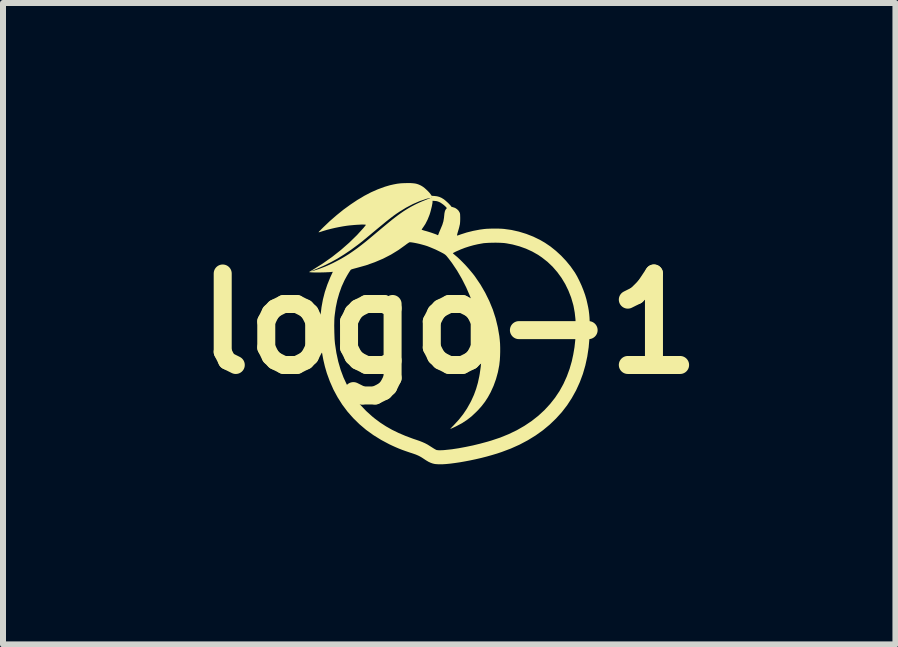
<source format=kicad_pcb>
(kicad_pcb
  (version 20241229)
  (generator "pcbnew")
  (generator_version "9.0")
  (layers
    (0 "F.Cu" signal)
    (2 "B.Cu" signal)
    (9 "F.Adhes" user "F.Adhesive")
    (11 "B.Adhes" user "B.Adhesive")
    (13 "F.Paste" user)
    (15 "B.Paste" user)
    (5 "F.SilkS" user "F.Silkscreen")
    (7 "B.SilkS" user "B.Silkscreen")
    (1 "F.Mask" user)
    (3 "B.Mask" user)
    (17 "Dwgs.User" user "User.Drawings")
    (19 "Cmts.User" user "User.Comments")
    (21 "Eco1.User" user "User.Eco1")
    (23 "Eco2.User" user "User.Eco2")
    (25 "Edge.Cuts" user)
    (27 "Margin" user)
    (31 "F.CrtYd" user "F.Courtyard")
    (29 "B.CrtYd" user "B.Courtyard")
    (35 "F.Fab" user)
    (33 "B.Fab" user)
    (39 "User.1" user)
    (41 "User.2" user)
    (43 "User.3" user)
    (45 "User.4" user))
  (footprint "logo-1"
    (layer "F.Cu")
    (at 4.434 2.341)
    (property "Reference" "logo-1" (at 0 0 0) (layer "F.SilkS") (effects (font (size 1.524 1.524) (thickness 0.3))))
    (attr board_only exclude_from_pos_files exclude_from_bom)
    (fp_poly (pts (xy -0.645 -2.341) (xy -0.604 -2.338) (xy -0.569 -2.334) (xy -0.538 -2.327) (xy -0.509 -2.317) (xy -0.478 -2.303) (xy -0.465 -2.296) (xy -0.439 -2.28) (xy -0.41 -2.258) (xy -0.38 -2.231) (xy -0.351 -2.203) (xy -0.326 -2.176) (xy -0.311 -2.156) (xy -0.292 -2.129) (xy -0.245 -2.126) (xy -0.204 -2.121) (xy -0.166 -2.111) (xy -0.129 -2.095) (xy -0.093 -2.073) (xy -0.077 -2.061) (xy -0.058 -2.045) (xy -0.037 -2.026) (xy -0.016 -2.007) (xy 0.003 -1.987) (xy 0.019 -1.97) (xy 0.03 -1.957) (xy 0.033 -1.95) (xy 0.038 -1.946) (xy 0.051 -1.942) (xy 0.062 -1.939) (xy 0.098 -1.927) (xy 0.13 -1.906) (xy 0.156 -1.88) (xy 0.174 -1.849) (xy 0.178 -1.838) (xy 0.181 -1.823) (xy 0.182 -1.798) (xy 0.183 -1.769) (xy 0.183 -1.737) (xy 0.182 -1.705) (xy 0.18 -1.676) (xy 0.178 -1.656) (xy 0.173 -1.635) (xy 0.167 -1.608) (xy 0.159 -1.578) (xy 0.153 -1.558) (xy 0.143 -1.525) (xy 0.136 -1.5) (xy 0.132 -1.483) (xy 0.13 -1.473) (xy 0.131 -1.468) (xy 0.133 -1.467) (xy 0.14 -1.468) (xy 0.155 -1.473) (xy 0.176 -1.48) (xy 0.192 -1.486) (xy 0.292 -1.518) (xy 0.4 -1.545) (xy 0.511 -1.566) (xy 0.578 -1.575) (xy 0.618 -1.579) (xy 0.667 -1.581) (xy 0.72 -1.583) (xy 0.775 -1.583) (xy 0.829 -1.582) (xy 0.878 -1.58) (xy 0.914 -1.577) (xy 1.037 -1.56) (xy 1.161 -1.532) (xy 1.282 -1.495) (xy 1.4 -1.449) (xy 1.513 -1.394) (xy 1.594 -1.347) (xy 1.687 -1.284) (xy 1.778 -1.211) (xy 1.865 -1.131) (xy 1.946 -1.045) (xy 2.021 -0.954) (xy 2.086 -0.861) (xy 2.092 -0.853) (xy 2.13 -0.788) (xy 2.167 -0.715) (xy 2.203 -0.637) (xy 2.235 -0.558) (xy 2.263 -0.48) (xy 2.285 -0.406) (xy 2.287 -0.398) (xy 2.302 -0.332) (xy 2.315 -0.272) (xy 2.325 -0.215) (xy 2.332 -0.158) (xy 2.337 -0.099) (xy 2.34 -0.035) (xy 2.341 0.036) (xy 2.341 0.072) (xy 2.337 0.237) (xy 2.323 0.396) (xy 2.3 0.549) (xy 2.268 0.696) (xy 2.227 0.838) (xy 2.176 0.975) (xy 2.116 1.107) (xy 2.112 1.115) (xy 2.042 1.241) (xy 1.964 1.361) (xy 1.876 1.475) (xy 1.779 1.582) (xy 1.674 1.683) (xy 1.561 1.777) (xy 1.439 1.864) (xy 1.309 1.944) (xy 1.171 2.017) (xy 1.026 2.082) (xy 0.872 2.14) (xy 0.797 2.165) (xy 0.71 2.191) (xy 0.621 2.216) (xy 0.531 2.239) (xy 0.44 2.26) (xy 0.35 2.279) (xy 0.261 2.296) (xy 0.176 2.311) (xy 0.094 2.323) (xy 0.017 2.333) (xy -0.054 2.34) (xy -0.118 2.344) (xy -0.174 2.344) (xy -0.221 2.341) (xy -0.24 2.339) (xy -0.275 2.331) (xy -0.309 2.319) (xy -0.344 2.303) (xy -0.383 2.28) (xy -0.409 2.263) (xy -0.439 2.243) (xy -0.464 2.227) (xy -0.487 2.214) (xy -0.508 2.203) (xy -0.53 2.193) (xy -0.556 2.182) (xy -0.587 2.171) (xy -0.625 2.158) (xy -0.651 2.15) (xy -0.721 2.126) (xy -0.783 2.104) (xy -0.839 2.082) (xy -0.893 2.059) (xy -0.946 2.035) (xy -0.997 2.011) (xy -1.134 1.938) (xy -1.263 1.858) (xy -1.384 1.771) (xy -1.496 1.676) (xy -1.6 1.574) (xy -1.696 1.465) (xy -1.782 1.35) (xy -1.86 1.227) (xy -1.929 1.099) (xy -1.989 0.963) (xy -2.039 0.826) (xy -2.071 0.716) (xy -2.098 0.601) (xy -2.12 0.48) (xy -2.137 0.351) (xy -2.144 0.276) (xy -2.147 0.243) (xy -2.148 0.201) (xy -2.149 0.153) (xy -2.15 0.102) (xy -2.15 0.049) (xy -2.15 0.035) (xy -1.916 0.035) (xy -1.915 0.091) (xy -1.914 0.149) (xy -1.912 0.205) (xy -1.91 0.258) (xy -1.906 0.304) (xy -1.903 0.336) (xy -1.88 0.488) (xy -1.849 0.632) (xy -1.809 0.77) (xy -1.76 0.901) (xy -1.702 1.025) (xy -1.636 1.142) (xy -1.561 1.253) (xy -1.477 1.358) (xy -1.384 1.456) (xy -1.282 1.548) (xy -1.244 1.579) (xy -1.152 1.648) (xy -1.055 1.711) (xy -0.953 1.769) (xy -0.844 1.822) (xy -0.727 1.872) (xy -0.601 1.919) (xy -0.55 1.936) (xy -0.495 1.955) (xy -0.447 1.974) (xy -0.404 1.993) (xy -0.362 2.015) (xy -0.319 2.042) (xy -0.289 2.061) (xy -0.264 2.077) (xy -0.241 2.091) (xy -0.222 2.101) (xy -0.209 2.107) (xy -0.207 2.107) (xy -0.177 2.11) (xy -0.137 2.11) (xy -0.09 2.108) (xy -0.061 2.105) (xy 0.043 2.094) (xy 0.155 2.077) (xy 0.273 2.055) (xy 0.394 2.03) (xy 0.517 2) (xy 0.639 1.967) (xy 0.7 1.949) (xy 0.85 1.899) (xy 0.992 1.841) (xy 1.127 1.776) (xy 1.254 1.703) (xy 1.373 1.623) (xy 1.484 1.536) (xy 1.587 1.441) (xy 1.589 1.439) (xy 1.681 1.339) (xy 1.764 1.234) (xy 1.838 1.123) (xy 1.903 1.005) (xy 1.959 0.881) (xy 2.007 0.75) (xy 2.01 0.738) (xy 2.042 0.628) (xy 2.067 0.512) (xy 2.087 0.394) (xy 2.1 0.275) (xy 2.107 0.156) (xy 2.108 0.039) (xy 2.103 -0.074) (xy 2.091 -0.182) (xy 2.073 -0.283) (xy 2.066 -0.314) (xy 2.031 -0.434) (xy 1.986 -0.549) (xy 1.933 -0.658) (xy 1.871 -0.761) (xy 1.801 -0.857) (xy 1.723 -0.947) (xy 1.638 -1.028) (xy 1.545 -1.101) (xy 1.481 -1.145) (xy 1.382 -1.201) (xy 1.279 -1.248) (xy 1.17 -1.287) (xy 1.055 -1.318) (xy 0.953 -1.337) (xy 0.917 -1.342) (xy 0.873 -1.345) (xy 0.824 -1.347) (xy 0.771 -1.348) (xy 0.717 -1.347) (xy 0.665 -1.346) (xy 0.618 -1.343) (xy 0.577 -1.34) (xy 0.558 -1.337) (xy 0.476 -1.322) (xy 0.402 -1.305) (xy 0.331 -1.285) (xy 0.26 -1.262) (xy 0.222 -1.247) (xy 0.195 -1.237) (xy 0.166 -1.224) (xy 0.138 -1.212) (xy 0.111 -1.2) (xy 0.089 -1.189) (xy 0.072 -1.18) (xy 0.062 -1.174) (xy 0.061 -1.172) (xy 0.065 -1.167) (xy 0.076 -1.157) (xy 0.091 -1.145) (xy 0.095 -1.141) (xy 0.136 -1.107) (xy 0.181 -1.065) (xy 0.229 -1.017) (xy 0.278 -0.966) (xy 0.326 -0.912) (xy 0.372 -0.857) (xy 0.415 -0.804) (xy 0.433 -0.779) (xy 0.522 -0.648) (xy 0.6 -0.513) (xy 0.668 -0.375) (xy 0.726 -0.234) (xy 0.773 -0.089) (xy 0.809 0.059) (xy 0.835 0.209) (xy 0.842 0.272) (xy 0.847 0.333) (xy 0.849 0.401) (xy 0.849 0.472) (xy 0.847 0.542) (xy 0.843 0.61) (xy 0.836 0.671) (xy 0.834 0.691) (xy 0.811 0.81) (xy 0.779 0.926) (xy 0.739 1.037) (xy 0.691 1.142) (xy 0.688 1.148) (xy 0.644 1.228) (xy 0.596 1.302) (xy 0.543 1.371) (xy 0.482 1.44) (xy 0.45 1.472) (xy 0.375 1.543) (xy 0.297 1.604) (xy 0.215 1.658) (xy 0.125 1.706) (xy 0.103 1.717) (xy 0.069 1.733) (xy 0.045 1.744) (xy 0.028 1.751) (xy 0.019 1.754) (xy 0.017 1.754) (xy 0.02 1.75) (xy 0.031 1.739) (xy 0.046 1.723) (xy 0.066 1.703) (xy 0.082 1.686) (xy 0.162 1.599) (xy 0.233 1.509) (xy 0.296 1.415) (xy 0.352 1.315) (xy 0.367 1.286) (xy 0.412 1.187) (xy 0.448 1.088) (xy 0.477 0.988) (xy 0.5 0.883) (xy 0.508 0.839) (xy 0.517 0.776) (xy 0.525 0.719) (xy 0.53 0.664) (xy 0.533 0.609) (xy 0.534 0.549) (xy 0.534 0.492) (xy 0.534 0.433) (xy 0.532 0.381) (xy 0.53 0.333) (xy 0.526 0.286) (xy 0.521 0.236) (xy 0.513 0.179) (xy 0.511 0.161) (xy 0.484 0.004) (xy 0.447 -0.152) (xy 0.401 -0.306) (xy 0.346 -0.458) (xy 0.282 -0.605) (xy 0.21 -0.747) (xy 0.131 -0.883) (xy 0.045 -1.011) (xy -0.007 -1.08) (xy -0.028 -1.106) (xy -0.044 -1.126) (xy -0.058 -1.14) (xy -0.071 -1.151) (xy -0.086 -1.161) (xy -0.103 -1.171) (xy -0.139 -1.19) (xy -0.181 -1.211) (xy -0.226 -1.233) (xy -0.273 -1.253) (xy -0.316 -1.271) (xy -0.354 -1.286) (xy -0.367 -1.291) (xy -0.408 -1.304) (xy -0.452 -1.316) (xy -0.497 -1.328) (xy -0.542 -1.338) (xy -0.583 -1.346) (xy -0.619 -1.352) (xy -0.648 -1.355) (xy -0.656 -1.356) (xy -0.668 -1.352) (xy -0.687 -1.34) (xy -0.714 -1.321) (xy -0.728 -1.31) (xy -0.845 -1.226) (xy -0.969 -1.15) (xy -1.101 -1.082) (xy -1.24 -1.023) (xy -1.386 -0.971) (xy -1.522 -0.933) (xy -1.555 -0.924) (xy -1.585 -0.916) (xy -1.61 -0.909) (xy -1.627 -0.903) (xy -1.636 -0.9) (xy -1.637 -0.899) (xy -1.645 -0.89) (xy -1.656 -0.874) (xy -1.671 -0.851) (xy -1.688 -0.823) (xy -1.705 -0.794) (xy -1.722 -0.763) (xy -1.738 -0.734) (xy -1.747 -0.716) (xy -1.793 -0.615) (xy -1.832 -0.505) (xy -1.865 -0.39) (xy -1.89 -0.27) (xy -1.907 -0.147) (xy -1.912 -0.103) (xy -1.914 -0.065) (xy -1.915 -0.018) (xy -1.916 0.035) (xy -2.15 0.035) (xy -2.15 -0.003) (xy -2.149 -0.052) (xy -2.147 -0.095) (xy -2.145 -0.13) (xy -2.144 -0.136) (xy -2.128 -0.272) (xy -2.104 -0.402) (xy -2.072 -0.527) (xy -2.031 -0.649) (xy -1.982 -0.77) (xy -1.975 -0.785) (xy -1.939 -0.863) (xy -1.974 -0.859) (xy -1.996 -0.857) (xy -2.027 -0.856) (xy -2.063 -0.854) (xy -2.102 -0.853) (xy -2.143 -0.852) (xy -2.183 -0.852) (xy -2.221 -0.852) (xy -2.254 -0.852) (xy -2.281 -0.853) (xy -2.298 -0.854) (xy -2.3 -0.854) (xy -2.336 -0.858) (xy -2.318 -0.869) (xy -2.306 -0.869) (xy -2.303 -0.867) (xy -2.3 -0.869) (xy -2.303 -0.872) (xy -2.306 -0.869) (xy -2.318 -0.869) (xy -2.313 -0.872) (xy -2.294 -0.872) (xy -2.287 -0.873) (xy -2.27 -0.878) (xy -2.245 -0.886) (xy -2.228 -0.891) (xy -2.176 -0.908) (xy -2.123 -0.928) (xy -2.071 -0.948) (xy -2.026 -0.967) (xy -2.011 -0.974) (xy -1.938 -1.008) (xy -1.868 -1.044) (xy -1.801 -1.08) (xy -1.735 -1.119) (xy -1.669 -1.16) (xy -1.602 -1.206) (xy -1.533 -1.255) (xy -1.461 -1.31) (xy -1.385 -1.37) (xy -1.303 -1.438) (xy -1.222 -1.506) (xy -1.154 -1.563) (xy -0.459 -1.563) (xy -0.454 -1.561) (xy -0.439 -1.557) (xy -0.418 -1.55) (xy -0.392 -1.543) (xy -0.388 -1.542) (xy -0.357 -1.533) (xy -0.325 -1.523) (xy -0.291 -1.512) (xy -0.26 -1.501) (xy -0.232 -1.491) (xy -0.211 -1.483) (xy -0.2 -1.477) (xy -0.192 -1.473) (xy -0.186 -1.475) (xy -0.181 -1.484) (xy -0.175 -1.501) (xy -0.168 -1.519) (xy -0.158 -1.543) (xy -0.147 -1.569) (xy -0.141 -1.583) (xy -0.115 -1.645) (xy -0.097 -1.704) (xy -0.087 -1.764) (xy -0.084 -1.795) (xy -0.08 -1.834) (xy -0.074 -1.864) (xy -0.067 -1.886) (xy -0.057 -1.903) (xy -0.05 -1.911) (xy -0.042 -1.92) (xy -0.042 -1.927) (xy -0.049 -1.936) (xy -0.068 -1.956) (xy -0.093 -1.978) (xy -0.122 -1.999) (xy -0.149 -2.017) (xy -0.159 -2.022) (xy -0.188 -2.034) (xy -0.214 -2.041) (xy -0.237 -2.043) (xy -0.278 -2.046) (xy -0.278 -2.029) (xy -0.279 -2.01) (xy -0.284 -1.984) (xy -0.29 -1.952) (xy -0.299 -1.916) (xy -0.308 -1.88) (xy -0.318 -1.844) (xy -0.328 -1.813) (xy -0.328 -1.813) (xy -0.36 -1.733) (xy -0.397 -1.66) (xy -0.432 -1.607) (xy -0.445 -1.589) (xy -0.454 -1.574) (xy -0.459 -1.565) (xy -0.459 -1.563) (xy -1.154 -1.563) (xy -1.145 -1.571) (xy -1.075 -1.629) (xy -1.012 -1.681) (xy -0.955 -1.728) (xy -0.902 -1.769) (xy -0.853 -1.806) (xy -0.807 -1.839) (xy -0.764 -1.869) (xy -0.722 -1.896) (xy -0.681 -1.921) (xy -0.64 -1.945) (xy -0.597 -1.968) (xy -0.558 -1.988) (xy -0.524 -2.004) (xy -0.485 -2.022) (xy -0.443 -2.04) (xy -0.401 -2.057) (xy -0.364 -2.072) (xy -0.34 -2.081) (xy -0.322 -2.088) (xy -0.315 -2.092) (xy -0.316 -2.093) (xy -0.326 -2.092) (xy -0.342 -2.088) (xy -0.366 -2.082) (xy -0.381 -2.078) (xy -0.493 -2.04) (xy -0.606 -1.991) (xy -0.72 -1.931) (xy -0.834 -1.861) (xy -0.844 -1.854) (xy -0.883 -1.828) (xy -0.922 -1.8) (xy -0.963 -1.769) (xy -1.007 -1.735) (xy -1.055 -1.697) (xy -1.108 -1.653) (xy -1.169 -1.603) (xy -1.186 -1.589) (xy -1.24 -1.544) (xy -1.287 -1.505) (xy -1.326 -1.472) (xy -1.36 -1.444) (xy -1.388 -1.42) (xy -1.412 -1.401) (xy -1.432 -1.384) (xy -1.45 -1.369) (xy -1.466 -1.357) (xy -1.481 -1.345) (xy -1.495 -1.334) (xy -1.511 -1.322) (xy -1.527 -1.309) (xy -1.528 -1.309) (xy -1.642 -1.225) (xy -1.754 -1.15) (xy -1.865 -1.081) (xy -1.978 -1.019) (xy -2.095 -0.962) (xy -2.203 -0.914) (xy -2.232 -0.902) (xy -2.257 -0.891) (xy -2.277 -0.882) (xy -2.29 -0.876) (xy -2.294 -0.874) (xy -2.294 -0.872) (xy -2.313 -0.872) (xy -2.272 -0.897) (xy -2.108 -1) (xy -1.952 -1.11) (xy -1.805 -1.226) (xy -1.666 -1.348) (xy -1.536 -1.475) (xy -1.426 -1.596) (xy -1.411 -1.615) (xy -1.398 -1.63) (xy -1.391 -1.641) (xy -1.389 -1.645) (xy -1.394 -1.648) (xy -1.409 -1.649) (xy -1.432 -1.65) (xy -1.462 -1.65) (xy -1.498 -1.648) (xy -1.537 -1.646) (xy -1.579 -1.643) (xy -1.623 -1.639) (xy -1.666 -1.635) (xy -1.706 -1.63) (xy -1.765 -1.621) (xy -1.831 -1.609) (xy -1.9 -1.595) (xy -1.969 -1.579) (xy -2.035 -1.562) (xy -2.096 -1.544) (xy -2.146 -1.528) (xy -2.163 -1.523) (xy -2.174 -1.521) (xy -2.178 -1.521) (xy -2.174 -1.526) (xy -2.164 -1.538) (xy -2.147 -1.554) (xy -2.127 -1.575) (xy -2.104 -1.598) (xy -2.101 -1.601) (xy -1.99 -1.707) (xy -1.876 -1.806) (xy -1.761 -1.899) (xy -1.645 -1.983) (xy -1.53 -2.06) (xy -1.465 -2.098) (xy -0.304 -2.098) (xy -0.303 -2.095) (xy -0.3 -2.094) (xy -0.295 -2.096) (xy -0.296 -2.098) (xy -0.303 -2.099) (xy -0.304 -2.098) (xy -1.465 -2.098) (xy -1.416 -2.128) (xy -1.303 -2.187) (xy -1.192 -2.236) (xy -1.084 -2.276) (xy -1.056 -2.285) (xy -0.987 -2.305) (xy -0.925 -2.319) (xy -0.867 -2.33) (xy -0.809 -2.337) (xy -0.748 -2.34) (xy -0.694 -2.341)) (stroke (width 0) (type solid)) (fill yes) (layer "F.SilkS")))
  (gr_rect
    (start -3 -3)
    (end 11.868 7.686)
    (stroke (width 0.1) (type default))
    (fill no)
    (layer "Edge.Cuts")))
</source>
